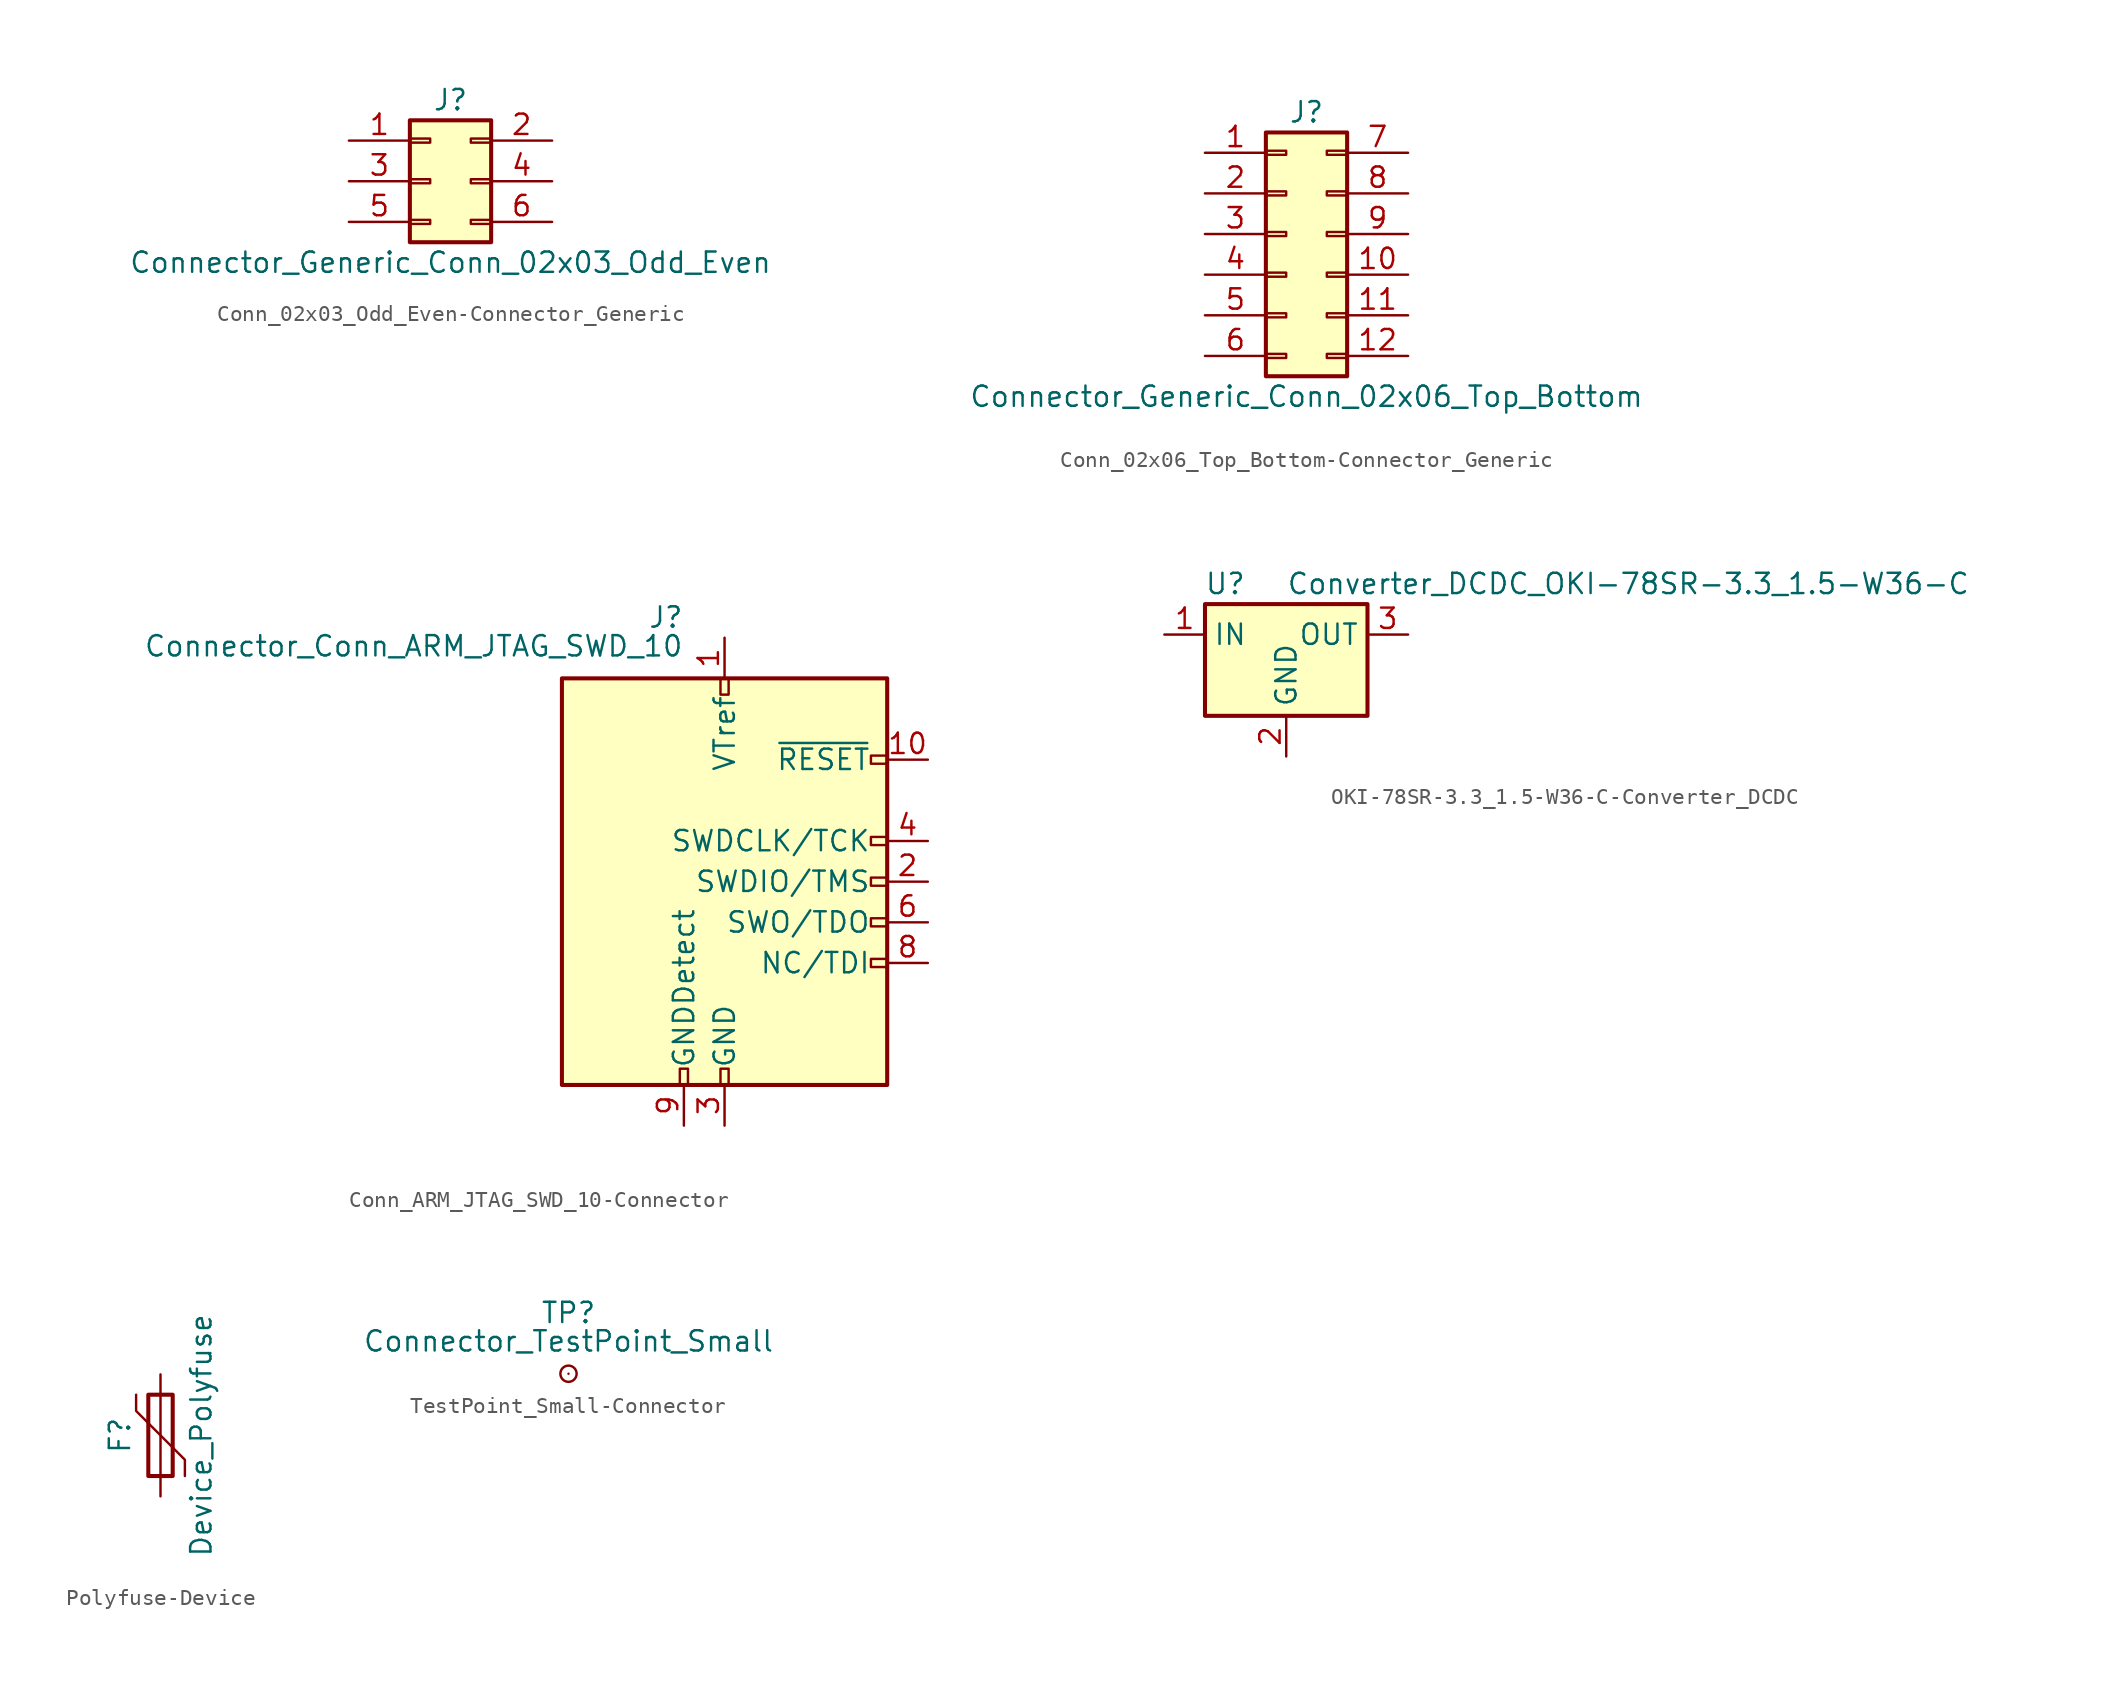
<source format=kicad_sym>
(kicad_symbol_lib
  (version 20220914)
  (generator kicad_symbol_editor)
  (symbol "Conn_02x03_Odd_Even-Connector_Generic"
    (pin_names
      (offset 1.016) hide)
    (property "Reference" "J"
      (at 1.27 5.08 0)
      (effects (font (size 1.27 1.27))))
    (property "Value" "Connector_Generic_Conn_02x03_Odd_Even"
      (at 1.27 -5.08 0)
      (effects (font (size 1.27 1.27))))
    (symbol "Conn_02x03_Odd_Even-Connector_Generic_1_1"
      (rectangle (start -1.27 -2.413) (end 0 -2.667) (stroke (width 0.152) (type solid)) (fill (type none)))
      (rectangle (start -1.27 0.127) (end 0 -0.127) (stroke (width 0.152) (type solid)) (fill (type none)))
      (rectangle (start -1.27 2.667) (end 0 2.413) (stroke (width 0.152) (type solid)) (fill (type none)))
      (rectangle (start -1.27 3.81) (end 3.81 -3.81) (stroke (width 0.254) (type solid)) (fill (type background)))
      (rectangle (start 3.81 -2.413) (end 2.54 -2.667) (stroke (width 0.152) (type solid)) (fill (type none)))
      (rectangle (start 3.81 0.127) (end 2.54 -0.127) (stroke (width 0.152) (type solid)) (fill (type none)))
      (rectangle (start 3.81 2.667) (end 2.54 2.413) (stroke (width 0.152) (type solid)) (fill (type none)))
      (pin passive line (at -5.08 2.54 0) (length 3.81) (name "Pin_1" (effects (font (size 1.27 1.27)))) (number "1" (effects (font (size 1.27 1.27)))))
      (pin passive line (at 7.62 2.54 180) (length 3.81) (name "Pin_2" (effects (font (size 1.27 1.27)))) (number "2" (effects (font (size 1.27 1.27)))))
      (pin passive line (at -5.08 0 0) (length 3.81) (name "Pin_3" (effects (font (size 1.27 1.27)))) (number "3" (effects (font (size 1.27 1.27)))))
      (pin passive line (at 7.62 0 180) (length 3.81) (name "Pin_4" (effects (font (size 1.27 1.27)))) (number "4" (effects (font (size 1.27 1.27)))))
      (pin passive line (at -5.08 -2.54 0) (length 3.81) (name "Pin_5" (effects (font (size 1.27 1.27)))) (number "5" (effects (font (size 1.27 1.27)))))
      (pin passive line (at 7.62 -2.54 180) (length 3.81) (name "Pin_6" (effects (font (size 1.27 1.27)))) (number "6" (effects (font (size 1.27 1.27)))))))
  (symbol "Conn_02x06_Top_Bottom-Connector_Generic"
    (pin_names
      (offset 1.016) hide)
    (property "Reference" "J"
      (at 1.27 7.62 0)
      (effects (font (size 1.27 1.27))))
    (property "Value" "Connector_Generic_Conn_02x06_Top_Bottom"
      (at 1.27 -10.16 0)
      (effects (font (size 1.27 1.27))))
    (symbol "Conn_02x06_Top_Bottom-Connector_Generic_1_1"
      (rectangle (start -1.27 -7.493) (end 0 -7.747) (stroke (width 0.152) (type solid)) (fill (type none)))
      (rectangle (start -1.27 -4.953) (end 0 -5.207) (stroke (width 0.152) (type solid)) (fill (type none)))
      (rectangle (start -1.27 -2.413) (end 0 -2.667) (stroke (width 0.152) (type solid)) (fill (type none)))
      (rectangle (start -1.27 0.127) (end 0 -0.127) (stroke (width 0.152) (type solid)) (fill (type none)))
      (rectangle (start -1.27 2.667) (end 0 2.413) (stroke (width 0.152) (type solid)) (fill (type none)))
      (rectangle (start -1.27 5.207) (end 0 4.953) (stroke (width 0.152) (type solid)) (fill (type none)))
      (rectangle (start -1.27 6.35) (end 3.81 -8.89) (stroke (width 0.254) (type solid)) (fill (type background)))
      (rectangle (start 3.81 -7.493) (end 2.54 -7.747) (stroke (width 0.152) (type solid)) (fill (type none)))
      (rectangle (start 3.81 -4.953) (end 2.54 -5.207) (stroke (width 0.152) (type solid)) (fill (type none)))
      (rectangle (start 3.81 -2.413) (end 2.54 -2.667) (stroke (width 0.152) (type solid)) (fill (type none)))
      (rectangle (start 3.81 0.127) (end 2.54 -0.127) (stroke (width 0.152) (type solid)) (fill (type none)))
      (rectangle (start 3.81 2.667) (end 2.54 2.413) (stroke (width 0.152) (type solid)) (fill (type none)))
      (rectangle (start 3.81 5.207) (end 2.54 4.953) (stroke (width 0.152) (type solid)) (fill (type none)))
      (pin passive line (at -5.08 5.08 0) (length 3.81) (name "Pin_1" (effects (font (size 1.27 1.27)))) (number "1" (effects (font (size 1.27 1.27)))))
      (pin passive line (at 7.62 -2.54 180) (length 3.81) (name "Pin_10" (effects (font (size 1.27 1.27)))) (number "10" (effects (font (size 1.27 1.27)))))
      (pin passive line (at 7.62 -5.08 180) (length 3.81) (name "Pin_11" (effects (font (size 1.27 1.27)))) (number "11" (effects (font (size 1.27 1.27)))))
      (pin passive line (at 7.62 -7.62 180) (length 3.81) (name "Pin_12" (effects (font (size 1.27 1.27)))) (number "12" (effects (font (size 1.27 1.27)))))
      (pin passive line (at -5.08 2.54 0) (length 3.81) (name "Pin_2" (effects (font (size 1.27 1.27)))) (number "2" (effects (font (size 1.27 1.27)))))
      (pin passive line (at -5.08 0 0) (length 3.81) (name "Pin_3" (effects (font (size 1.27 1.27)))) (number "3" (effects (font (size 1.27 1.27)))))
      (pin passive line (at -5.08 -2.54 0) (length 3.81) (name "Pin_4" (effects (font (size 1.27 1.27)))) (number "4" (effects (font (size 1.27 1.27)))))
      (pin passive line (at -5.08 -5.08 0) (length 3.81) (name "Pin_5" (effects (font (size 1.27 1.27)))) (number "5" (effects (font (size 1.27 1.27)))))
      (pin passive line (at -5.08 -7.62 0) (length 3.81) (name "Pin_6" (effects (font (size 1.27 1.27)))) (number "6" (effects (font (size 1.27 1.27)))))
      (pin passive line (at 7.62 5.08 180) (length 3.81) (name "Pin_7" (effects (font (size 1.27 1.27)))) (number "7" (effects (font (size 1.27 1.27)))))
      (pin passive line (at 7.62 2.54 180) (length 3.81) (name "Pin_8" (effects (font (size 1.27 1.27)))) (number "8" (effects (font (size 1.27 1.27)))))
      (pin passive line (at 7.62 0 180) (length 3.81) (name "Pin_9" (effects (font (size 1.27 1.27)))) (number "9" (effects (font (size 1.27 1.27)))))))
  (symbol "Conn_ARM_JTAG_SWD_10-Connector"
    (pin_names
      (offset 1.016))
    (property "Reference" "J"
      (at -2.54 16.51 0)
      (effects (font (size 1.27 1.27)) (justify right)))
    (property "Value" "Connector_Conn_ARM_JTAG_SWD_10"
      (at -2.54 13.97 0)
      (effects (font (size 1.27 1.27)) (justify right bottom)))
    (symbol "Conn_ARM_JTAG_SWD_10-Connector_0_1"
      (rectangle (start -10.16 12.7) (end 10.16 -12.7) (stroke (width 0.254) (type solid)) (fill (type background)))
      (rectangle (start -2.794 -12.7) (end -2.286 -11.684) (stroke (width 0) (type solid)) (fill (type none)))
      (rectangle (start -0.254 -12.7) (end 0.254 -11.684) (stroke (width 0) (type solid)) (fill (type none)))
      (rectangle (start -0.254 12.7) (end 0.254 11.684) (stroke (width 0) (type solid)) (fill (type none)))
      (rectangle (start 9.144 2.286) (end 10.16 2.794) (stroke (width 0) (type solid)) (fill (type none)))
      (rectangle (start 10.16 -2.794) (end 9.144 -2.286) (stroke (width 0) (type solid)) (fill (type none)))
      (rectangle (start 10.16 -0.254) (end 9.144 0.254) (stroke (width 0) (type solid)) (fill (type none)))
      (rectangle (start 10.16 7.874) (end 9.144 7.366) (stroke (width 0) (type solid)) (fill (type none))))
    (symbol "Conn_ARM_JTAG_SWD_10-Connector_1_1"
      (rectangle (start 9.144 -5.334) (end 10.16 -4.826) (stroke (width 0) (type solid)) (fill (type none)))
      (pin power_in line (at 0 15.24 270) (length 2.54) (name "VTref" (effects (font (size 1.27 1.27)))) (number "1" (effects (font (size 1.27 1.27)))))
      (pin open_collector line (at 12.7 7.62 180) (length 2.54) (name "~{RESET}" (effects (font (size 1.27 1.27)))) (number "10" (effects (font (size 1.27 1.27)))))
      (pin bidirectional line (at 12.7 0 180) (length 2.54) (name "SWDIO/TMS" (effects (font (size 1.27 1.27)))) (number "2" (effects (font (size 1.27 1.27)))))
      (pin power_in line (at 0 -15.24 90) (length 2.54) (name "GND" (effects (font (size 1.27 1.27)))) (number "3" (effects (font (size 1.27 1.27)))))
      (pin output line (at 12.7 2.54 180) (length 2.54) (name "SWDCLK/TCK" (effects (font (size 1.27 1.27)))) (number "4" (effects (font (size 1.27 1.27)))))
      (pin passive line (at 0 -15.24 90) (length 2.54) hide (name "GND" (effects (font (size 1.27 1.27)))) (number "5" (effects (font (size 1.27 1.27)))))
      (pin input line (at 12.7 -2.54 180) (length 2.54) (name "SWO/TDO" (effects (font (size 1.27 1.27)))) (number "6" (effects (font (size 1.27 1.27)))))
      (pin no_connect line (at -10.16 0 0) (length 2.54) hide (name "KEY" (effects (font (size 1.27 1.27)))) (number "7" (effects (font (size 1.27 1.27)))))
      (pin output line (at 12.7 -5.08 180) (length 2.54) (name "NC/TDI" (effects (font (size 1.27 1.27)))) (number "8" (effects (font (size 1.27 1.27)))))
      (pin passive line (at -2.54 -15.24 90) (length 2.54) (name "GNDDetect" (effects (font (size 1.27 1.27)))) (number "9" (effects (font (size 1.27 1.27)))))))
  (symbol "OKI-78SR-3.3_1.5-W36-C-Converter_DCDC"
    (property "Reference" "U"
      (at -3.81 3.175 0)
      (effects (font (size 1.27 1.27))))
    (property "Value" "Converter_DCDC_OKI-78SR-3.3_1.5-W36-C"
      (at 0 3.175 0)
      (effects (font (size 1.27 1.27)) (justify left)))
    (symbol "OKI-78SR-3.3_1.5-W36-C-Converter_DCDC_0_1"
      (rectangle (start -5.08 1.905) (end 5.08 -5.08) (stroke (width 0.254) (type solid)) (fill (type background))))
    (symbol "OKI-78SR-3.3_1.5-W36-C-Converter_DCDC_1_1"
      (pin power_in line (at -7.62 0 0) (length 2.54) (name "IN" (effects (font (size 1.27 1.27)))) (number "1" (effects (font (size 1.27 1.27)))))
      (pin power_in line (at 0 -7.62 90) (length 2.54) (name "GND" (effects (font (size 1.27 1.27)))) (number "2" (effects (font (size 1.27 1.27)))))
      (pin power_out line (at 7.62 0 180) (length 2.54) (name "OUT" (effects (font (size 1.27 1.27)))) (number "3" (effects (font (size 1.27 1.27)))))))
  (symbol "Polyfuse-Device"
    (pin_numbers hide)
    (pin_names
      (offset 0))
    (property "Reference" "F"
      (at -2.54 0 90)
      (effects (font (size 1.27 1.27))))
    (property "Value" "Device_Polyfuse"
      (at 2.54 0 90)
      (effects (font (size 1.27 1.27))))
    (symbol "Polyfuse-Device_0_1"
      (rectangle (start -0.762 2.54) (end 0.762 -2.54) (stroke (width 0.254) (type solid)) (fill (type none)))
      (polyline (pts (xy 0 2.54) (xy 0 -2.54)) (stroke (width 0) (type solid)) (fill (type none)))
      (polyline (pts (xy -1.524 2.54) (xy -1.524 1.524) (xy 1.524 -1.524) (xy 1.524 -2.54)) (stroke (width 0) (type solid)) (fill (type none))))
    (symbol "Polyfuse-Device_1_1"
      (pin passive line (at 0 3.81 270) (length 1.27) (name "~" (effects (font (size 1.27 1.27)))) (number "1" (effects (font (size 1.27 1.27)))))
      (pin passive line (at 0 -3.81 90) (length 1.27) (name "~" (effects (font (size 1.27 1.27)))) (number "2" (effects (font (size 1.27 1.27)))))))
  (symbol "TestPoint_Small-Connector"
    (pin_numbers hide)
    (pin_names
      (offset 0.762) hide)
    (property "Reference" "TP"
      (at 0 3.81 0)
      (effects (font (size 1.27 1.27))))
    (property "Value" "Connector_TestPoint_Small"
      (at 0 2.032 0)
      (effects (font (size 1.27 1.27))))
    (symbol "TestPoint_Small-Connector_0_1"
      (circle (center 0 0) (radius 0.508) (stroke (width 0) (type solid)) (fill (type none))))
    (symbol "TestPoint_Small-Connector_1_1"
      (pin passive line (at 0 0 90) (length 0) (name "1" (effects (font (size 1.27 1.27)))) (number "1" (effects (font (size 1.27 1.27))))))))
</source>
